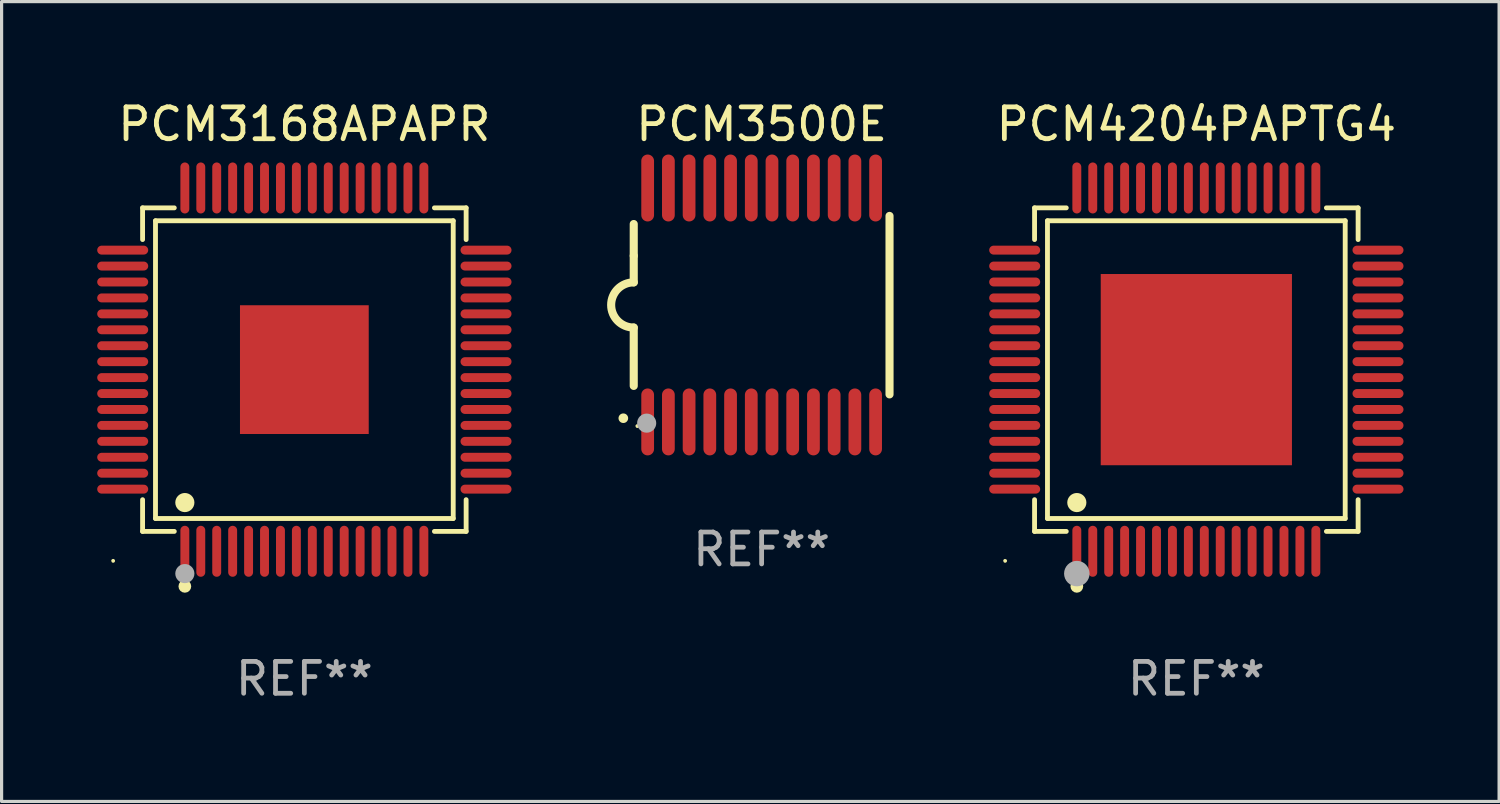
<source format=kicad_pcb>
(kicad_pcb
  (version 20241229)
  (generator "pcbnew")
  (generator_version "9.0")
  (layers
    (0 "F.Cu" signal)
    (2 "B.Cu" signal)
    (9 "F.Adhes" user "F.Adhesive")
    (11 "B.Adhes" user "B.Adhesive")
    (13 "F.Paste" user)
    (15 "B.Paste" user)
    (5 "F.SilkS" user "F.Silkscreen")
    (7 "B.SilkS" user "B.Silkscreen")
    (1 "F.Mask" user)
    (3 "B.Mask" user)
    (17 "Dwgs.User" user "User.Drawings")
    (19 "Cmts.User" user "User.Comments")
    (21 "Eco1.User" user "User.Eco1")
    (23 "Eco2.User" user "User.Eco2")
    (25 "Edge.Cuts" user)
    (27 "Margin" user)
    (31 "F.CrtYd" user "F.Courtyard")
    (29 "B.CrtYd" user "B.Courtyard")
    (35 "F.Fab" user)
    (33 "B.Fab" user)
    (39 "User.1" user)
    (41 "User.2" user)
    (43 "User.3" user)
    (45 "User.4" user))
  (footprint "PCM3168APAPR"
    (layer "F.Cu")
    (at 6.5 8.548)
    (property "Reference" "PCM3168APAPR" (at 0 -7.7 0) (layer "F.SilkS") (effects (font (size 1 1) (thickness 0.15))))
    (attr through_hole)
    (fp_line (start -5.076 -5.076) (end -4.081 -5.076) (stroke (width 0.152) (type solid)) (layer "F.SilkS"))
    (fp_line (start -5.076 -4.081) (end -5.076 -5.076) (stroke (width 0.152) (type solid)) (layer "F.SilkS"))
    (fp_line (start -5.076 4.081) (end -5.076 5.076) (stroke (width 0.152) (type solid)) (layer "F.SilkS"))
    (fp_line (start -5.076 5.076) (end -4.081 5.076) (stroke (width 0.152) (type solid)) (layer "F.SilkS"))
    (fp_line (start -4.671 -4.671) (end 4.671 -4.671) (stroke (width 0.152) (type solid)) (layer "F.SilkS"))
    (fp_line (start -4.671 4.671) (end -4.671 -4.671) (stroke (width 0.152) (type solid)) (layer "F.SilkS"))
    (fp_line (start 4.671 -4.671) (end 4.671 4.671) (stroke (width 0.152) (type solid)) (layer "F.SilkS"))
    (fp_line (start 4.671 4.671) (end -4.671 4.671) (stroke (width 0.152) (type solid)) (layer "F.SilkS"))
    (fp_line (start 5.076 -5.076) (end 4.081 -5.076) (stroke (width 0.152) (type solid)) (layer "F.SilkS"))
    (fp_line (start 5.076 -4.081) (end 5.076 -5.076) (stroke (width 0.152) (type solid)) (layer "F.SilkS"))
    (fp_line (start 5.076 4.081) (end 5.076 5.076) (stroke (width 0.152) (type solid)) (layer "F.SilkS"))
    (fp_line (start 5.076 5.076) (end 4.081 5.076) (stroke (width 0.152) (type solid)) (layer "F.SilkS"))
    (fp_circle (center -6 6) (end -5.97 6) (stroke (width 0.06) (type solid)) (fill no) (layer "F.SilkS"))
    (fp_circle (center -3.75 4.171) (end -3.6 4.171) (stroke (width 0.3) (type solid)) (fill no) (layer "F.SilkS"))
    (fp_circle (center -3.75 6.8) (end -3.65 6.8) (stroke (width 0.2) (type solid)) (fill no) (layer "F.SilkS"))
    (fp_circle (center -3.75 6.4) (end -3.6 6.4) (stroke (width 0.3) (type solid)) (fill no) (layer "F.Fab"))
    (fp_text user "REF**" (at 0 9.7 0) (layer "F.Fab") (effects (font (size 1 1) (thickness 0.15))))
    (pad "1" smd oval (at -3.75 5.7) (size 0.28 1.6) (layers "F.Cu" "F.Mask" "F.Paste"))
    (pad "2" smd oval (at -3.25 5.7) (size 0.28 1.6) (layers "F.Cu" "F.Mask" "F.Paste"))
    (pad "3" smd oval (at -2.75 5.7) (size 0.28 1.6) (layers "F.Cu" "F.Mask" "F.Paste"))
    (pad "4" smd oval (at -2.25 5.7) (size 0.28 1.6) (layers "F.Cu" "F.Mask" "F.Paste"))
    (pad "5" smd oval (at -1.75 5.7) (size 0.28 1.6) (layers "F.Cu" "F.Mask" "F.Paste"))
    (pad "6" smd oval (at -1.25 5.7) (size 0.28 1.6) (layers "F.Cu" "F.Mask" "F.Paste"))
    (pad "7" smd oval (at -0.75 5.7) (size 0.28 1.6) (layers "F.Cu" "F.Mask" "F.Paste"))
    (pad "8" smd oval (at -0.25 5.7) (size 0.28 1.6) (layers "F.Cu" "F.Mask" "F.Paste"))
    (pad "9" smd oval (at 0.25 5.7) (size 0.28 1.6) (layers "F.Cu" "F.Mask" "F.Paste"))
    (pad "10" smd oval (at 0.75 5.7) (size 0.28 1.6) (layers "F.Cu" "F.Mask" "F.Paste"))
    (pad "11" smd oval (at 1.25 5.7) (size 0.28 1.6) (layers "F.Cu" "F.Mask" "F.Paste"))
    (pad "12" smd oval (at 1.75 5.7) (size 0.28 1.6) (layers "F.Cu" "F.Mask" "F.Paste"))
    (pad "13" smd oval (at 2.25 5.7) (size 0.28 1.6) (layers "F.Cu" "F.Mask" "F.Paste"))
    (pad "14" smd oval (at 2.75 5.7) (size 0.28 1.6) (layers "F.Cu" "F.Mask" "F.Paste"))
    (pad "15" smd oval (at 3.25 5.7) (size 0.28 1.6) (layers "F.Cu" "F.Mask" "F.Paste"))
    (pad "16" smd oval (at 3.75 5.7) (size 0.28 1.6) (layers "F.Cu" "F.Mask" "F.Paste"))
    (pad "17" smd oval (at 5.7 3.75) (size 1.6 0.28) (layers "F.Cu" "F.Mask" "F.Paste"))
    (pad "18" smd oval (at 5.7 3.25) (size 1.6 0.28) (layers "F.Cu" "F.Mask" "F.Paste"))
    (pad "19" smd oval (at 5.7 2.75) (size 1.6 0.28) (layers "F.Cu" "F.Mask" "F.Paste"))
    (pad "20" smd oval (at 5.7 2.25) (size 1.6 0.28) (layers "F.Cu" "F.Mask" "F.Paste"))
    (pad "21" smd oval (at 5.7 1.75) (size 1.6 0.28) (layers "F.Cu" "F.Mask" "F.Paste"))
    (pad "22" smd oval (at 5.7 1.25) (size 1.6 0.28) (layers "F.Cu" "F.Mask" "F.Paste"))
    (pad "23" smd oval (at 5.7 0.75) (size 1.6 0.28) (layers "F.Cu" "F.Mask" "F.Paste"))
    (pad "24" smd oval (at 5.7 0.25) (size 1.6 0.28) (layers "F.Cu" "F.Mask" "F.Paste"))
    (pad "25" smd oval (at 5.7 -0.25) (size 1.6 0.28) (layers "F.Cu" "F.Mask" "F.Paste"))
    (pad "26" smd oval (at 5.7 -0.75) (size 1.6 0.28) (layers "F.Cu" "F.Mask" "F.Paste"))
    (pad "27" smd oval (at 5.7 -1.25) (size 1.6 0.28) (layers "F.Cu" "F.Mask" "F.Paste"))
    (pad "28" smd oval (at 5.7 -1.75) (size 1.6 0.28) (layers "F.Cu" "F.Mask" "F.Paste"))
    (pad "29" smd oval (at 5.7 -2.25) (size 1.6 0.28) (layers "F.Cu" "F.Mask" "F.Paste"))
    (pad "30" smd oval (at 5.7 -2.75) (size 1.6 0.28) (layers "F.Cu" "F.Mask" "F.Paste"))
    (pad "31" smd oval (at 5.7 -3.25) (size 1.6 0.28) (layers "F.Cu" "F.Mask" "F.Paste"))
    (pad "32" smd oval (at 5.7 -3.75) (size 1.6 0.28) (layers "F.Cu" "F.Mask" "F.Paste"))
    (pad "33" smd oval (at 3.75 -5.7) (size 0.28 1.6) (layers "F.Cu" "F.Mask" "F.Paste"))
    (pad "34" smd oval (at 3.25 -5.7) (size 0.28 1.6) (layers "F.Cu" "F.Mask" "F.Paste"))
    (pad "35" smd oval (at 2.75 -5.7) (size 0.28 1.6) (layers "F.Cu" "F.Mask" "F.Paste"))
    (pad "36" smd oval (at 2.25 -5.7) (size 0.28 1.6) (layers "F.Cu" "F.Mask" "F.Paste"))
    (pad "37" smd oval (at 1.75 -5.7) (size 0.28 1.6) (layers "F.Cu" "F.Mask" "F.Paste"))
    (pad "38" smd oval (at 1.25 -5.7) (size 0.28 1.6) (layers "F.Cu" "F.Mask" "F.Paste"))
    (pad "39" smd oval (at 0.75 -5.7) (size 0.28 1.6) (layers "F.Cu" "F.Mask" "F.Paste"))
    (pad "40" smd oval (at 0.25 -5.7) (size 0.28 1.6) (layers "F.Cu" "F.Mask" "F.Paste"))
    (pad "41" smd oval (at -0.25 -5.7) (size 0.28 1.6) (layers "F.Cu" "F.Mask" "F.Paste"))
    (pad "42" smd oval (at -0.75 -5.7) (size 0.28 1.6) (layers "F.Cu" "F.Mask" "F.Paste"))
    (pad "43" smd oval (at -1.25 -5.7) (size 0.28 1.6) (layers "F.Cu" "F.Mask" "F.Paste"))
    (pad "44" smd oval (at -1.75 -5.7) (size 0.28 1.6) (layers "F.Cu" "F.Mask" "F.Paste"))
    (pad "45" smd oval (at -2.25 -5.7) (size 0.28 1.6) (layers "F.Cu" "F.Mask" "F.Paste"))
    (pad "46" smd oval (at -2.75 -5.7) (size 0.28 1.6) (layers "F.Cu" "F.Mask" "F.Paste"))
    (pad "47" smd oval (at -3.25 -5.7) (size 0.28 1.6) (layers "F.Cu" "F.Mask" "F.Paste"))
    (pad "48" smd oval (at -3.75 -5.7) (size 0.28 1.6) (layers "F.Cu" "F.Mask" "F.Paste"))
    (pad "49" smd oval (at -5.7 -3.75) (size 1.6 0.28) (layers "F.Cu" "F.Mask" "F.Paste"))
    (pad "50" smd oval (at -5.7 -3.25) (size 1.6 0.28) (layers "F.Cu" "F.Mask" "F.Paste"))
    (pad "51" smd oval (at -5.7 -2.75) (size 1.6 0.28) (layers "F.Cu" "F.Mask" "F.Paste"))
    (pad "52" smd oval (at -5.7 -2.25) (size 1.6 0.28) (layers "F.Cu" "F.Mask" "F.Paste"))
    (pad "53" smd oval (at -5.7 -1.75) (size 1.6 0.28) (layers "F.Cu" "F.Mask" "F.Paste"))
    (pad "54" smd oval (at -5.7 -1.25) (size 1.6 0.28) (layers "F.Cu" "F.Mask" "F.Paste"))
    (pad "55" smd oval (at -5.7 -0.75) (size 1.6 0.28) (layers "F.Cu" "F.Mask" "F.Paste"))
    (pad "56" smd oval (at -5.7 -0.25) (size 1.6 0.28) (layers "F.Cu" "F.Mask" "F.Paste"))
    (pad "57" smd oval (at -5.7 0.25) (size 1.6 0.28) (layers "F.Cu" "F.Mask" "F.Paste"))
    (pad "58" smd oval (at -5.7 0.75) (size 1.6 0.28) (layers "F.Cu" "F.Mask" "F.Paste"))
    (pad "59" smd oval (at -5.7 1.25) (size 1.6 0.28) (layers "F.Cu" "F.Mask" "F.Paste"))
    (pad "60" smd oval (at -5.7 1.75) (size 1.6 0.28) (layers "F.Cu" "F.Mask" "F.Paste"))
    (pad "61" smd oval (at -5.7 2.25) (size 1.6 0.28) (layers "F.Cu" "F.Mask" "F.Paste"))
    (pad "62" smd oval (at -5.7 2.75) (size 1.6 0.28) (layers "F.Cu" "F.Mask" "F.Paste"))
    (pad "63" smd oval (at -5.7 3.25) (size 1.6 0.28) (layers "F.Cu" "F.Mask" "F.Paste"))
    (pad "64" smd oval (at -5.7 3.75) (size 1.6 0.28) (layers "F.Cu" "F.Mask" "F.Paste"))
    (pad "65" smd rect (at 0 0) (size 4.04 4.04) (layers "F.Cu" "F.Mask" "F.Paste")))
  (footprint "PCM3500E"
    (layer "F.Cu")
    (at 20.848 6.519)
    (property "Reference" "PCM3500E" (at 0 -5.67 0) (layer "F.SilkS") (effects (font (size 1 1) (thickness 0.15))))
    (attr through_hole)
    (fp_line (start -4.013 2.54) (end -4.013 0.709) (stroke (width 0.254) (type solid)) (layer "F.SilkS"))
    (fp_line (start -4.013 -2.54) (end -4.013 -1.543) (stroke (width 0.254) (type solid)) (layer "F.SilkS"))
    (fp_line (start -4.013 -1.543) (end -4.013 -0.709) (stroke (width 0.254) (type solid)) (layer "F.SilkS"))
    (fp_line (start 4.013 -2.794) (end 4.013 2.806) (stroke (width 0.254) (type solid)) (layer "F.SilkS"))
    (fp_arc (start -4.340831 3.553467) (mid -4.339561 3.553462) (end -4.338291 3.553467) (stroke (width 0.3) (type solid)) (layer "F.SilkS"))
    (fp_arc (start -4.013246 0.708738) (mid -4.720969 -0.000634) (end -4.012155 -0.708915) (stroke (width 0.254001) (type solid)) (layer "F.SilkS"))
    (fp_circle (center -3.9 3.8) (end -3.87 3.8) (stroke (width 0.06) (type solid)) (fill no) (layer "F.SilkS"))
    (fp_circle (center -3.607 3.708) (end -3.457 3.708) (stroke (width 0.3) (type solid)) (fill no) (layer "F.Fab"))
    (fp_text user "REF**" (at 0 7.67 0) (layer "F.Fab") (effects (font (size 1 1) (thickness 0.15))))
    (pad "1" smd oval (at -3.576 3.67 180) (size 0.4 2.1) (layers "F.Cu" "F.Mask" "F.Paste"))
    (pad "2" smd oval (at -2.926 3.67 180) (size 0.4 2.1) (layers "F.Cu" "F.Mask" "F.Paste"))
    (pad "3" smd oval (at -2.276 3.67 180) (size 0.4 2.1) (layers "F.Cu" "F.Mask" "F.Paste"))
    (pad "4" smd oval (at -1.626 3.67 180) (size 0.4 2.1) (layers "F.Cu" "F.Mask" "F.Paste"))
    (pad "5" smd oval (at -0.975 3.67 180) (size 0.4 2.1) (layers "F.Cu" "F.Mask" "F.Paste"))
    (pad "6" smd oval (at -0.325 3.67 180) (size 0.4 2.1) (layers "F.Cu" "F.Mask" "F.Paste"))
    (pad "7" smd oval (at 0.325 3.67 180) (size 0.4 2.1) (layers "F.Cu" "F.Mask" "F.Paste"))
    (pad "8" smd oval (at 0.975 3.67 180) (size 0.4 2.1) (layers "F.Cu" "F.Mask" "F.Paste"))
    (pad "9" smd oval (at 1.626 3.67 180) (size 0.4 2.1) (layers "F.Cu" "F.Mask" "F.Paste"))
    (pad "10" smd oval (at 2.276 3.67 180) (size 0.4 2.1) (layers "F.Cu" "F.Mask" "F.Paste"))
    (pad "11" smd oval (at 2.926 3.67 180) (size 0.4 2.1) (layers "F.Cu" "F.Mask" "F.Paste"))
    (pad "12" smd oval (at 3.576 3.67 180) (size 0.4 2.1) (layers "F.Cu" "F.Mask" "F.Paste"))
    (pad "13" smd oval (at 3.576 -3.67 180) (size 0.4 2.1) (layers "F.Cu" "F.Mask" "F.Paste"))
    (pad "14" smd oval (at 2.926 -3.67 180) (size 0.4 2.1) (layers "F.Cu" "F.Mask" "F.Paste"))
    (pad "15" smd oval (at 2.276 -3.67 180) (size 0.4 2.1) (layers "F.Cu" "F.Mask" "F.Paste"))
    (pad "16" smd oval (at 1.626 -3.67 180) (size 0.4 2.1) (layers "F.Cu" "F.Mask" "F.Paste"))
    (pad "17" smd oval (at 0.975 -3.67 180) (size 0.4 2.1) (layers "F.Cu" "F.Mask" "F.Paste"))
    (pad "18" smd oval (at 0.325 -3.67 180) (size 0.4 2.1) (layers "F.Cu" "F.Mask" "F.Paste"))
    (pad "19" smd oval (at -0.325 -3.67 180) (size 0.4 2.1) (layers "F.Cu" "F.Mask" "F.Paste"))
    (pad "20" smd oval (at -0.975 -3.67 180) (size 0.4 2.1) (layers "F.Cu" "F.Mask" "F.Paste"))
    (pad "21" smd oval (at -1.626 -3.67 180) (size 0.4 2.1) (layers "F.Cu" "F.Mask" "F.Paste"))
    (pad "22" smd oval (at -2.276 -3.67 180) (size 0.4 2.1) (layers "F.Cu" "F.Mask" "F.Paste"))
    (pad "23" smd oval (at -2.926 -3.67 180) (size 0.4 2.1) (layers "F.Cu" "F.Mask" "F.Paste"))
    (pad "24" smd oval (at -3.576 -3.67 180) (size 0.4 2.1) (layers "F.Cu" "F.Mask" "F.Paste")))
  (footprint "PCM4204PAPTG4"
    (layer "F.Cu")
    (at 34.488 8.548)
    (property "Reference" "PCM4204PAPTG4" (at 0 -7.7 0) (layer "F.SilkS") (effects (font (size 1 1) (thickness 0.15))))
    (attr through_hole)
    (fp_line (start -5.076 -5.076) (end -4.081 -5.076) (stroke (width 0.152) (type solid)) (layer "F.SilkS"))
    (fp_line (start -5.076 -4.081) (end -5.076 -5.076) (stroke (width 0.152) (type solid)) (layer "F.SilkS"))
    (fp_line (start -5.076 4.081) (end -5.076 5.076) (stroke (width 0.152) (type solid)) (layer "F.SilkS"))
    (fp_line (start -5.076 5.076) (end -4.081 5.076) (stroke (width 0.152) (type solid)) (layer "F.SilkS"))
    (fp_line (start -4.671 -4.671) (end 4.671 -4.671) (stroke (width 0.152) (type solid)) (layer "F.SilkS"))
    (fp_line (start -4.671 4.671) (end -4.671 -4.671) (stroke (width 0.152) (type solid)) (layer "F.SilkS"))
    (fp_line (start 4.671 -4.671) (end 4.671 4.671) (stroke (width 0.152) (type solid)) (layer "F.SilkS"))
    (fp_line (start 4.671 4.671) (end -4.671 4.671) (stroke (width 0.152) (type solid)) (layer "F.SilkS"))
    (fp_line (start 5.076 -5.076) (end 4.081 -5.076) (stroke (width 0.152) (type solid)) (layer "F.SilkS"))
    (fp_line (start 5.076 -4.081) (end 5.076 -5.076) (stroke (width 0.152) (type solid)) (layer "F.SilkS"))
    (fp_line (start 5.076 4.081) (end 5.076 5.076) (stroke (width 0.152) (type solid)) (layer "F.SilkS"))
    (fp_line (start 5.076 5.076) (end 4.081 5.076) (stroke (width 0.152) (type solid)) (layer "F.SilkS"))
    (fp_circle (center -6 6) (end -5.97 6) (stroke (width 0.06) (type solid)) (fill no) (layer "F.SilkS"))
    (fp_circle (center -3.75 4.171) (end -3.6 4.171) (stroke (width 0.3) (type solid)) (fill no) (layer "F.SilkS"))
    (fp_circle (center -3.75 6.8) (end -3.65 6.8) (stroke (width 0.2) (type solid)) (fill no) (layer "F.SilkS"))
    (fp_circle (center -3.75 6.4) (end -3.55 6.4) (stroke (width 0.4) (type solid)) (fill no) (layer "F.Fab"))
    (fp_text user "REF**" (at 0 9.7 0) (layer "F.Fab") (effects (font (size 1 1) (thickness 0.15))))
    (pad "1" smd oval (at -3.75 5.7) (size 0.28 1.6) (layers "F.Cu" "F.Mask" "F.Paste"))
    (pad "2" smd oval (at -3.25 5.7) (size 0.28 1.6) (layers "F.Cu" "F.Mask" "F.Paste"))
    (pad "3" smd oval (at -2.75 5.7) (size 0.28 1.6) (layers "F.Cu" "F.Mask" "F.Paste"))
    (pad "4" smd oval (at -2.25 5.7) (size 0.28 1.6) (layers "F.Cu" "F.Mask" "F.Paste"))
    (pad "5" smd oval (at -1.75 5.7) (size 0.28 1.6) (layers "F.Cu" "F.Mask" "F.Paste"))
    (pad "6" smd oval (at -1.25 5.7) (size 0.28 1.6) (layers "F.Cu" "F.Mask" "F.Paste"))
    (pad "7" smd oval (at -0.75 5.7) (size 0.28 1.6) (layers "F.Cu" "F.Mask" "F.Paste"))
    (pad "8" smd oval (at -0.25 5.7) (size 0.28 1.6) (layers "F.Cu" "F.Mask" "F.Paste"))
    (pad "9" smd oval (at 0.25 5.7) (size 0.28 1.6) (layers "F.Cu" "F.Mask" "F.Paste"))
    (pad "10" smd oval (at 0.75 5.7) (size 0.28 1.6) (layers "F.Cu" "F.Mask" "F.Paste"))
    (pad "11" smd oval (at 1.25 5.7) (size 0.28 1.6) (layers "F.Cu" "F.Mask" "F.Paste"))
    (pad "12" smd oval (at 1.75 5.7) (size 0.28 1.6) (layers "F.Cu" "F.Mask" "F.Paste"))
    (pad "13" smd oval (at 2.25 5.7) (size 0.28 1.6) (layers "F.Cu" "F.Mask" "F.Paste"))
    (pad "14" smd oval (at 2.75 5.7) (size 0.28 1.6) (layers "F.Cu" "F.Mask" "F.Paste"))
    (pad "15" smd oval (at 3.25 5.7) (size 0.28 1.6) (layers "F.Cu" "F.Mask" "F.Paste"))
    (pad "16" smd oval (at 3.75 5.7) (size 0.28 1.6) (layers "F.Cu" "F.Mask" "F.Paste"))
    (pad "17" smd oval (at 5.7 3.75) (size 1.6 0.28) (layers "F.Cu" "F.Mask" "F.Paste"))
    (pad "18" smd oval (at 5.7 3.25) (size 1.6 0.28) (layers "F.Cu" "F.Mask" "F.Paste"))
    (pad "19" smd oval (at 5.7 2.75) (size 1.6 0.28) (layers "F.Cu" "F.Mask" "F.Paste"))
    (pad "20" smd oval (at 5.7 2.25) (size 1.6 0.28) (layers "F.Cu" "F.Mask" "F.Paste"))
    (pad "21" smd oval (at 5.7 1.75) (size 1.6 0.28) (layers "F.Cu" "F.Mask" "F.Paste"))
    (pad "22" smd oval (at 5.7 1.25) (size 1.6 0.28) (layers "F.Cu" "F.Mask" "F.Paste"))
    (pad "23" smd oval (at 5.7 0.75) (size 1.6 0.28) (layers "F.Cu" "F.Mask" "F.Paste"))
    (pad "24" smd oval (at 5.7 0.25) (size 1.6 0.28) (layers "F.Cu" "F.Mask" "F.Paste"))
    (pad "25" smd oval (at 5.7 -0.25) (size 1.6 0.28) (layers "F.Cu" "F.Mask" "F.Paste"))
    (pad "26" smd oval (at 5.7 -0.75) (size 1.6 0.28) (layers "F.Cu" "F.Mask" "F.Paste"))
    (pad "27" smd oval (at 5.7 -1.25) (size 1.6 0.28) (layers "F.Cu" "F.Mask" "F.Paste"))
    (pad "28" smd oval (at 5.7 -1.75) (size 1.6 0.28) (layers "F.Cu" "F.Mask" "F.Paste"))
    (pad "29" smd oval (at 5.7 -2.25) (size 1.6 0.28) (layers "F.Cu" "F.Mask" "F.Paste"))
    (pad "30" smd oval (at 5.7 -2.75) (size 1.6 0.28) (layers "F.Cu" "F.Mask" "F.Paste"))
    (pad "31" smd oval (at 5.7 -3.25) (size 1.6 0.28) (layers "F.Cu" "F.Mask" "F.Paste"))
    (pad "32" smd oval (at 5.7 -3.75) (size 1.6 0.28) (layers "F.Cu" "F.Mask" "F.Paste"))
    (pad "33" smd oval (at 3.75 -5.7) (size 0.28 1.6) (layers "F.Cu" "F.Mask" "F.Paste"))
    (pad "34" smd oval (at 3.25 -5.7) (size 0.28 1.6) (layers "F.Cu" "F.Mask" "F.Paste"))
    (pad "35" smd oval (at 2.75 -5.7) (size 0.28 1.6) (layers "F.Cu" "F.Mask" "F.Paste"))
    (pad "36" smd oval (at 2.25 -5.7) (size 0.28 1.6) (layers "F.Cu" "F.Mask" "F.Paste"))
    (pad "37" smd oval (at 1.75 -5.7) (size 0.28 1.6) (layers "F.Cu" "F.Mask" "F.Paste"))
    (pad "38" smd oval (at 1.25 -5.7) (size 0.28 1.6) (layers "F.Cu" "F.Mask" "F.Paste"))
    (pad "39" smd oval (at 0.75 -5.7) (size 0.28 1.6) (layers "F.Cu" "F.Mask" "F.Paste"))
    (pad "40" smd oval (at 0.25 -5.7) (size 0.28 1.6) (layers "F.Cu" "F.Mask" "F.Paste"))
    (pad "41" smd oval (at -0.25 -5.7) (size 0.28 1.6) (layers "F.Cu" "F.Mask" "F.Paste"))
    (pad "42" smd oval (at -0.75 -5.7) (size 0.28 1.6) (layers "F.Cu" "F.Mask" "F.Paste"))
    (pad "43" smd oval (at -1.25 -5.7) (size 0.28 1.6) (layers "F.Cu" "F.Mask" "F.Paste"))
    (pad "44" smd oval (at -1.75 -5.7) (size 0.28 1.6) (layers "F.Cu" "F.Mask" "F.Paste"))
    (pad "45" smd oval (at -2.25 -5.7) (size 0.28 1.6) (layers "F.Cu" "F.Mask" "F.Paste"))
    (pad "46" smd oval (at -2.75 -5.7) (size 0.28 1.6) (layers "F.Cu" "F.Mask" "F.Paste"))
    (pad "47" smd oval (at -3.25 -5.7) (size 0.28 1.6) (layers "F.Cu" "F.Mask" "F.Paste"))
    (pad "48" smd oval (at -3.75 -5.7) (size 0.28 1.6) (layers "F.Cu" "F.Mask" "F.Paste"))
    (pad "49" smd oval (at -5.7 -3.75) (size 1.6 0.28) (layers "F.Cu" "F.Mask" "F.Paste"))
    (pad "50" smd oval (at -5.7 -3.25) (size 1.6 0.28) (layers "F.Cu" "F.Mask" "F.Paste"))
    (pad "51" smd oval (at -5.7 -2.75) (size 1.6 0.28) (layers "F.Cu" "F.Mask" "F.Paste"))
    (pad "52" smd oval (at -5.7 -2.25) (size 1.6 0.28) (layers "F.Cu" "F.Mask" "F.Paste"))
    (pad "53" smd oval (at -5.7 -1.75) (size 1.6 0.28) (layers "F.Cu" "F.Mask" "F.Paste"))
    (pad "54" smd oval (at -5.7 -1.25) (size 1.6 0.28) (layers "F.Cu" "F.Mask" "F.Paste"))
    (pad "55" smd oval (at -5.7 -0.75) (size 1.6 0.28) (layers "F.Cu" "F.Mask" "F.Paste"))
    (pad "56" smd oval (at -5.7 -0.25) (size 1.6 0.28) (layers "F.Cu" "F.Mask" "F.Paste"))
    (pad "57" smd oval (at -5.7 0.25) (size 1.6 0.28) (layers "F.Cu" "F.Mask" "F.Paste"))
    (pad "58" smd oval (at -5.7 0.75) (size 1.6 0.28) (layers "F.Cu" "F.Mask" "F.Paste"))
    (pad "59" smd oval (at -5.7 1.25) (size 1.6 0.28) (layers "F.Cu" "F.Mask" "F.Paste"))
    (pad "60" smd oval (at -5.7 1.75) (size 1.6 0.28) (layers "F.Cu" "F.Mask" "F.Paste"))
    (pad "61" smd oval (at -5.7 2.25) (size 1.6 0.28) (layers "F.Cu" "F.Mask" "F.Paste"))
    (pad "62" smd oval (at -5.7 2.75) (size 1.6 0.28) (layers "F.Cu" "F.Mask" "F.Paste"))
    (pad "63" smd oval (at -5.7 3.25) (size 1.6 0.28) (layers "F.Cu" "F.Mask" "F.Paste"))
    (pad "64" smd oval (at -5.7 3.75) (size 1.6 0.28) (layers "F.Cu" "F.Mask" "F.Paste"))
    (pad "65" smd rect (at 0 0) (size 6 6) (layers "F.Cu" "F.Mask" "F.Paste")))
  (gr_rect
    (start -3 -3)
    (end 43.988 22.097)
    (stroke (width 0.1) (type default))
    (fill no)
    (layer "Edge.Cuts")))
</source>
